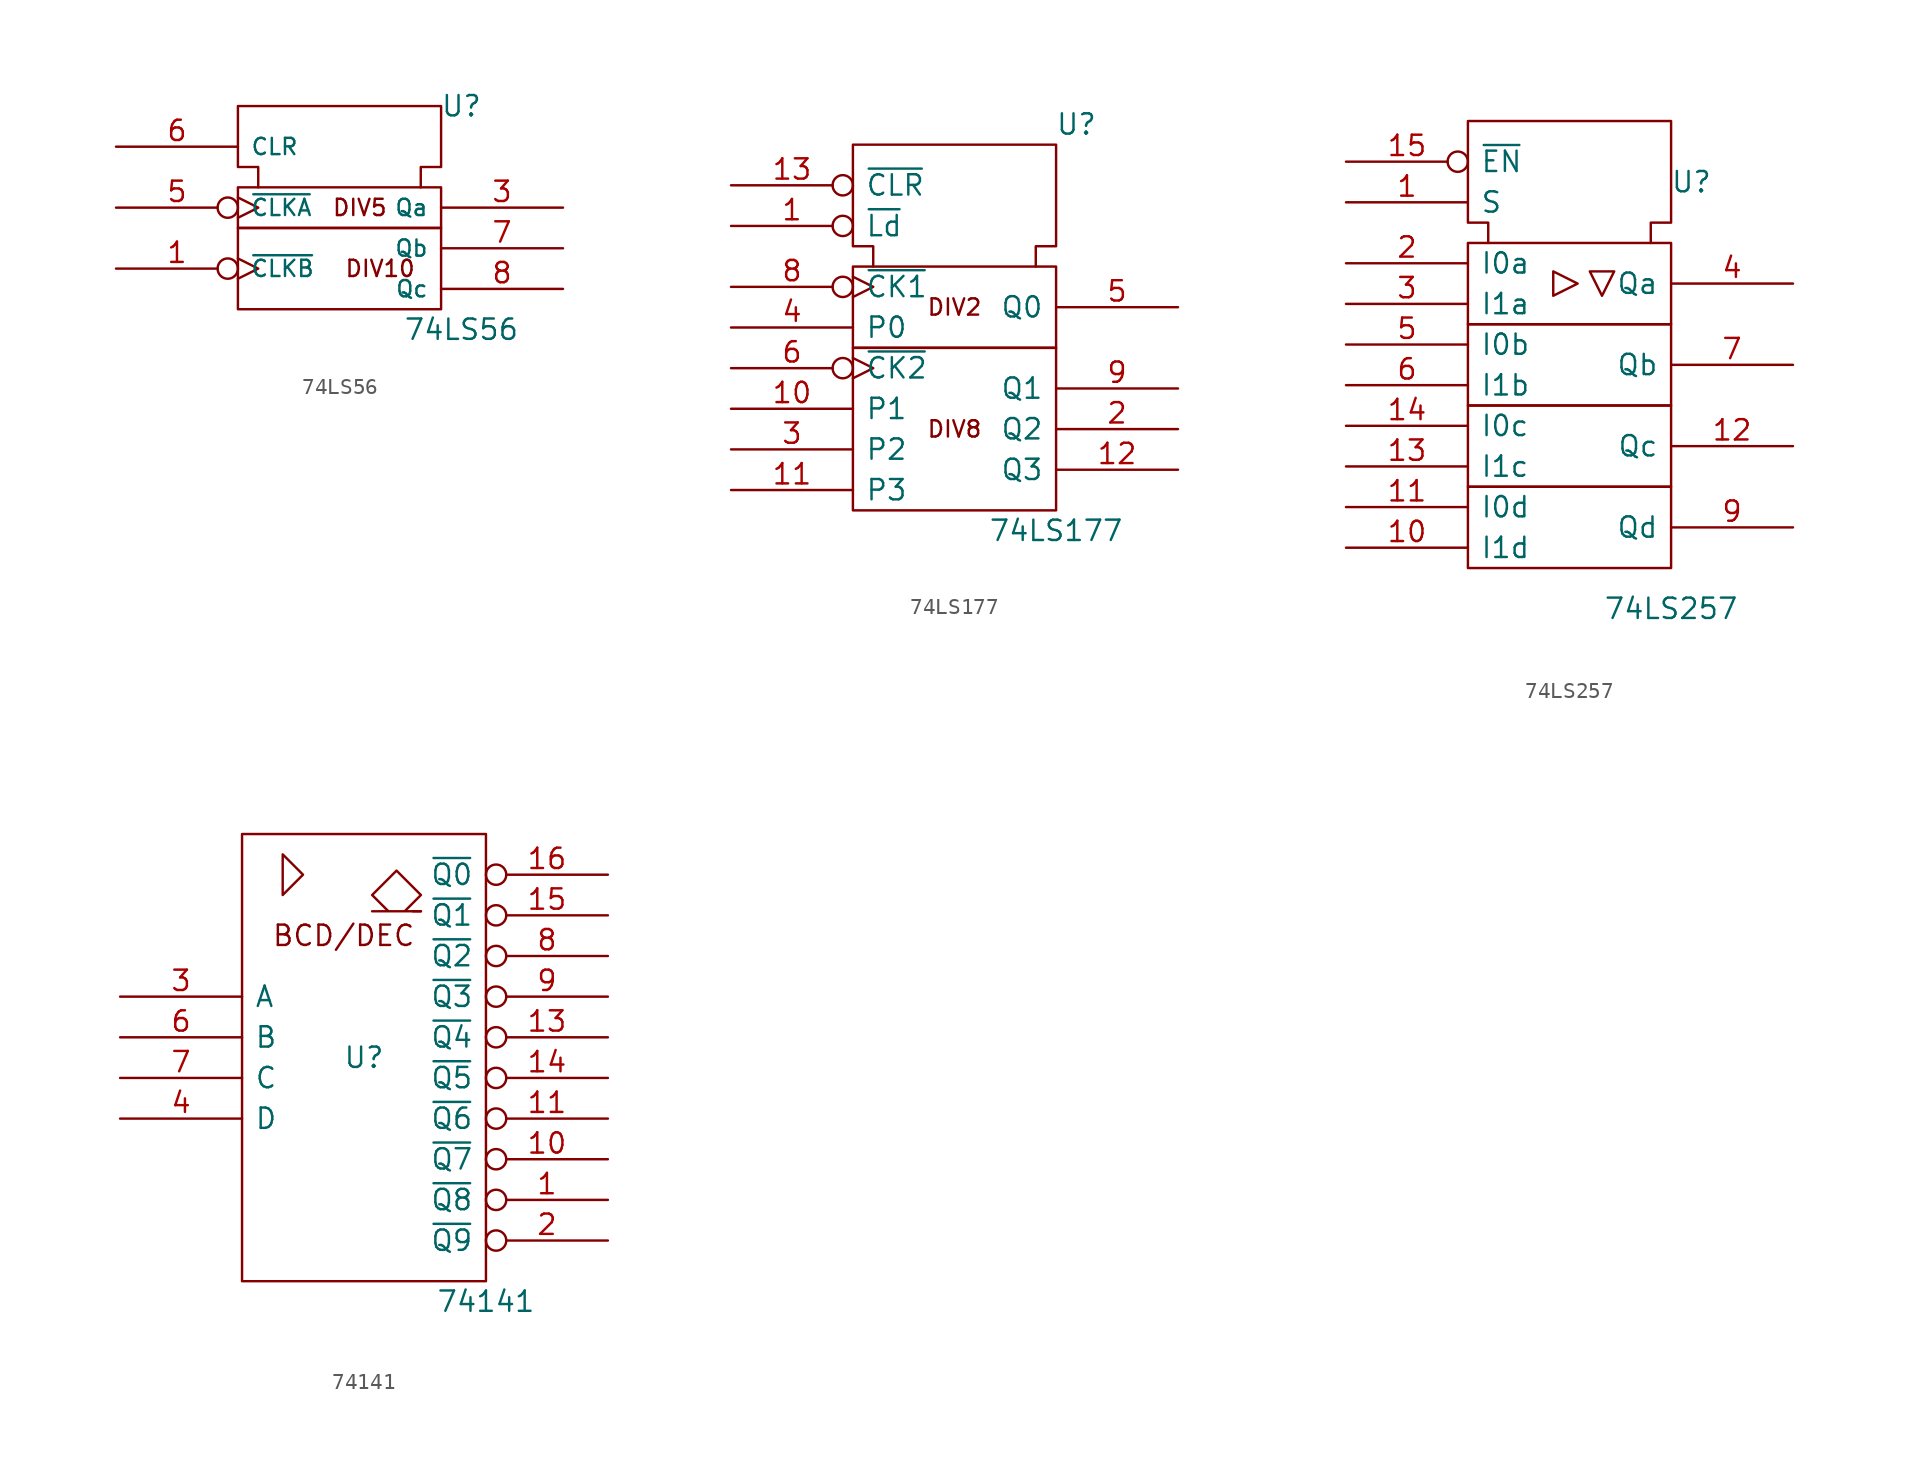
<source format=kicad_sym>
(kicad_symbol_lib
  (version 20201005)
  (generator kicad_symbol_editor)
  (symbol "74LS56"
    (pin_names
      (offset 0.762))
    (property "Reference" "U"
      (at 7.62 6.35 0)
      (effects (font (size 1.27 1.27))))
    (property "Value" "74LS56"
      (at 7.62 -7.62 0)
      (effects (font (size 1.27 1.27))))
    (symbol "74LS56_0_0"
      (text "DIV5" (at 1.27 0 0) (effects (font (size 1.016 1.016))))
      (text "DIV10" (at 2.54 -3.81 0) (effects (font (size 1.016 1.016))))
      (rectangle (start -6.35 1.27) (end 6.35 -1.27) (stroke (width 0)) (fill (type none)))
      (rectangle (start -6.35 -1.27) (end 6.35 -6.35) (stroke (width 0)) (fill (type none)))
      (polyline (pts (xy -5.08 1.27) (xy -5.08 2.54) (xy -6.35 2.54) (xy -6.35 6.35) (xy 6.35 6.35) (xy 6.35 2.54) (xy 5.08 2.54) (xy 5.08 1.27) (xy 5.08 1.27)) (stroke (width 0)) (fill (type none))))
    (symbol "74LS56_0_1"
      (pin power_in line (at 1.27 6.35 270) (length 0) hide (name "Gnd" (effects (font (size 1.016 1.016)))) (number "4" (effects (font (size 1.27 1.27)))))
      (pin power_in line (at 5.08 6.35 270) (length 0) hide (name "Vcc" (effects (font (size 1.016 1.016)))) (number "2" (effects (font (size 1.27 1.27))))))
    (symbol "74LS56_1_1"
      (pin output line (at 13.97 -5.08 180) (length 7.62) (name "Qc" (effects (font (size 1.016 1.016)))) (number "8" (effects (font (size 1.27 1.27)))))
      (pin output line (at 13.97 -2.54 180) (length 7.62) (name "Qb" (effects (font (size 1.016 1.016)))) (number "7" (effects (font (size 1.27 1.27)))))
      (pin output line (at 13.97 0 180) (length 7.62) (name "Qa" (effects (font (size 1.016 1.016)))) (number "3" (effects (font (size 1.27 1.27)))))
      (pin input inverted_clock (at -13.97 -3.81 0) (length 7.62) (name "~CLKB" (effects (font (size 1.016 1.016)))) (number "1" (effects (font (size 1.27 1.27)))))
      (pin input inverted_clock (at -13.97 0 0) (length 7.62) (name "~CLKA" (effects (font (size 1.016 1.016)))) (number "5" (effects (font (size 1.27 1.27)))))
      (pin input line (at -13.97 3.81 0) (length 7.62) (name "CLR" (effects (font (size 1.016 1.016)))) (number "6" (effects (font (size 1.27 1.27)))))))
  (symbol "74LS177"
    (pin_names
      (offset 0.762))
    (property "Reference" "U"
      (at 7.62 8.89 0)
      (effects (font (size 1.27 1.27))))
    (property "Value" "74LS177"
      (at 6.35 -16.51 0)
      (effects (font (size 1.27 1.27))))
    (symbol "74LS177_0_0"
      (text "DIV8" (at 0 -10.16 0) (effects (font (size 1.016 1.016))))
      (text "DIV2" (at 0 -2.54 0) (effects (font (size 1.016 1.016))))
      (rectangle (start -6.35 -5.08) (end 6.35 -15.24) (stroke (width 0)) (fill (type none)))
      (rectangle (start -6.35 0) (end 6.35 -5.08) (stroke (width 0)) (fill (type none)))
      (polyline (pts (xy -5.08 0) (xy -5.08 1.27) (xy -6.35 1.27) (xy -6.35 7.62) (xy 6.35 7.62) (xy 6.35 1.27) (xy 5.08 1.27) (xy 5.08 0) (xy 5.08 0)) (stroke (width 0)) (fill (type none)))
      (pin power_in line (at 1.27 7.62 270) (length 0) hide (name "GND" (effects (font (size 1.27 1.27)))) (number "7" (effects (font (size 1.27 1.27)))))
      (pin power_in line (at 5.08 7.62 270) (length 0) hide (name "VCC" (effects (font (size 1.27 1.27)))) (number "14" (effects (font (size 1.27 1.27))))))
    (symbol "74LS177_1_1"
      (pin output line (at 13.97 -12.7 180) (length 7.62) (name "Q3" (effects (font (size 1.27 1.27)))) (number "12" (effects (font (size 1.27 1.27)))))
      (pin output line (at 13.97 -10.16 180) (length 7.62) (name "Q2" (effects (font (size 1.27 1.27)))) (number "2" (effects (font (size 1.27 1.27)))))
      (pin output line (at 13.97 -7.62 180) (length 7.62) (name "Q1" (effects (font (size 1.27 1.27)))) (number "9" (effects (font (size 1.27 1.27)))))
      (pin output line (at 13.97 -2.54 180) (length 7.62) (name "Q0" (effects (font (size 1.27 1.27)))) (number "5" (effects (font (size 1.27 1.27)))))
      (pin input line (at -13.97 -13.97 0) (length 7.62) (name "P3" (effects (font (size 1.27 1.27)))) (number "11" (effects (font (size 1.27 1.27)))))
      (pin input line (at -13.97 -11.43 0) (length 7.62) (name "P2" (effects (font (size 1.27 1.27)))) (number "3" (effects (font (size 1.27 1.27)))))
      (pin input line (at -13.97 -8.89 0) (length 7.62) (name "P1" (effects (font (size 1.27 1.27)))) (number "10" (effects (font (size 1.27 1.27)))))
      (pin input inverted_clock (at -13.97 -6.35 0) (length 7.62) (name "~CK2" (effects (font (size 1.27 1.27)))) (number "6" (effects (font (size 1.27 1.27)))))
      (pin input line (at -13.97 -3.81 0) (length 7.62) (name "P0" (effects (font (size 1.27 1.27)))) (number "4" (effects (font (size 1.27 1.27)))))
      (pin input inverted_clock (at -13.97 -1.27 0) (length 7.62) (name "~CK1" (effects (font (size 1.27 1.27)))) (number "8" (effects (font (size 1.27 1.27)))))
      (pin input inverted (at -13.97 2.54 0) (length 7.62) (name "~Ld" (effects (font (size 1.27 1.27)))) (number "1" (effects (font (size 1.27 1.27)))))
      (pin input inverted (at -13.97 5.08 0) (length 7.62) (name "~CLR" (effects (font (size 1.27 1.27)))) (number "13" (effects (font (size 1.27 1.27)))))))
  (symbol "74LS257"
    (pin_names
      (offset 0.762))
    (property "Reference" "U"
      (at 7.62 10.16 0)
      (effects (font (size 1.27 1.27))))
    (property "Value" "74LS257"
      (at 6.35 -16.51 0)
      (effects (font (size 1.27 1.27))))
    (symbol "74LS257_0_0"
      (rectangle (start -6.35 6.35) (end 6.35 1.27) (stroke (width 0)) (fill (type none)))
      (rectangle (start -6.35 -8.89) (end 6.35 -13.97) (stroke (width 0)) (fill (type none)))
      (rectangle (start -6.35 1.27) (end 6.35 -3.81) (stroke (width 0)) (fill (type none)))
      (rectangle (start -6.35 -3.81) (end 6.35 -8.89) (stroke (width 0)) (fill (type none)))
      (polyline (pts (xy -1.016 4.572) (xy -1.016 3.048) (xy 0.508 3.81) (xy -1.016 4.572) (xy -1.016 4.572)) (stroke (width 0)) (fill (type none)))
      (polyline (pts (xy 2.794 4.572) (xy 1.27 4.572) (xy 2.032 3.048) (xy 2.794 4.572) (xy 2.794 4.572)) (stroke (width 0)) (fill (type none)))
      (polyline (pts (xy -5.08 6.35) (xy -5.08 7.62) (xy -6.35 7.62) (xy -6.35 13.97) (xy 6.35 13.97) (xy 6.35 7.62) (xy 5.08 7.62) (xy 5.08 6.35) (xy 5.08 6.35)) (stroke (width 0)) (fill (type none)))
      (pin power_in line (at 0 13.97 270) (length 0) hide (name "GND" (effects (font (size 1.27 1.27)))) (number "8" (effects (font (size 1.27 1.27)))))
      (pin power_in line (at 3.81 13.97 270) (length 0) hide (name "VCC" (effects (font (size 1.27 1.27)))) (number "16" (effects (font (size 1.27 1.27))))))
    (symbol "74LS257_1_1"
      (pin tri_state line (at 13.97 -11.43 180) (length 7.62) (name "Qd" (effects (font (size 1.27 1.27)))) (number "9" (effects (font (size 1.27 1.27)))))
      (pin tri_state line (at 13.97 -6.35 180) (length 7.62) (name "Qc" (effects (font (size 1.27 1.27)))) (number "12" (effects (font (size 1.27 1.27)))))
      (pin tri_state line (at 13.97 -1.27 180) (length 7.62) (name "Qb" (effects (font (size 1.27 1.27)))) (number "7" (effects (font (size 1.27 1.27)))))
      (pin tri_state line (at 13.97 3.81 180) (length 7.62) (name "Qa" (effects (font (size 1.27 1.27)))) (number "4" (effects (font (size 1.27 1.27)))))
      (pin input line (at -13.97 -12.7 0) (length 7.62) (name "I1d" (effects (font (size 1.27 1.27)))) (number "10" (effects (font (size 1.27 1.27)))))
      (pin input line (at -13.97 -10.16 0) (length 7.62) (name "I0d" (effects (font (size 1.27 1.27)))) (number "11" (effects (font (size 1.27 1.27)))))
      (pin input line (at -13.97 -7.62 0) (length 7.62) (name "I1c" (effects (font (size 1.27 1.27)))) (number "13" (effects (font (size 1.27 1.27)))))
      (pin input line (at -13.97 -5.08 0) (length 7.62) (name "I0c" (effects (font (size 1.27 1.27)))) (number "14" (effects (font (size 1.27 1.27)))))
      (pin input line (at -13.97 -2.54 0) (length 7.62) (name "I1b" (effects (font (size 1.27 1.27)))) (number "6" (effects (font (size 1.27 1.27)))))
      (pin input line (at -13.97 0 0) (length 7.62) (name "I0b" (effects (font (size 1.27 1.27)))) (number "5" (effects (font (size 1.27 1.27)))))
      (pin input line (at -13.97 2.54 0) (length 7.62) (name "I1a" (effects (font (size 1.27 1.27)))) (number "3" (effects (font (size 1.27 1.27)))))
      (pin input line (at -13.97 5.08 0) (length 7.62) (name "I0a" (effects (font (size 1.27 1.27)))) (number "2" (effects (font (size 1.27 1.27)))))
      (pin input line (at -13.97 8.89 0) (length 7.62) (name "S" (effects (font (size 1.27 1.27)))) (number "1" (effects (font (size 1.27 1.27)))))
      (pin input inverted (at -13.97 11.43 0) (length 7.62) (name "~EN" (effects (font (size 1.27 1.27)))) (number "15" (effects (font (size 1.27 1.27)))))))
  (symbol "74141"
    (pin_names
      (offset 0.762))
    (property "Reference" "U"
      (at 0 0 0)
      (effects (font (size 1.27 1.27))))
    (property "Value" "74141"
      (at 7.62 -15.24 0)
      (effects (font (size 1.27 1.27))))
    (symbol "74141_0_0"
      (text "BCD/DEC" (at -1.27 7.62 0) (effects (font (size 1.27 1.27))))
      (polyline (pts (xy -5.08 12.7) (xy -5.08 10.16) (xy -3.81 11.43) (xy -5.08 12.7) (xy -5.08 12.7)) (stroke (width 0)) (fill (type none)))
      (polyline (pts (xy 3.556 9.144) (xy 3.048 9.144) (xy 3.048 9.144)) (stroke (width 0)) (fill (type none)))
      (polyline (pts (xy 2.54 9.144) (xy 3.556 10.16) (xy 2.032 11.684) (xy 0.508 10.16) (xy 1.524 9.144) (xy 0.508 9.144) (xy 3.556 9.144)) (stroke (width 0)) (fill (type none)))
      (pin power_in line (at 0 13.97 270) (length 0) hide (name "VCC" (effects (font (size 1.27 1.27)))) (number "5" (effects (font (size 1.27 1.27)))))
      (pin power_in line (at 0 -13.97 90) (length 0) hide (name "GND" (effects (font (size 1.27 1.27)))) (number "12" (effects (font (size 1.27 1.27))))))
    (symbol "74141_0_1"
      (rectangle (start -7.62 13.97) (end 7.62 -13.97) (stroke (width 0)) (fill (type none))))
    (symbol "74141_1_1"
      (pin open_collector inverted (at 15.24 -11.43 180) (length 7.62) (name "~Q9" (effects (font (size 1.27 1.27)))) (number "2" (effects (font (size 1.27 1.27)))))
      (pin open_collector inverted (at 15.24 -8.89 180) (length 7.62) (name "~Q8" (effects (font (size 1.27 1.27)))) (number "1" (effects (font (size 1.27 1.27)))))
      (pin open_collector inverted (at 15.24 -6.35 180) (length 7.62) (name "~Q7" (effects (font (size 1.27 1.27)))) (number "10" (effects (font (size 1.27 1.27)))))
      (pin open_collector inverted (at 15.24 -3.81 180) (length 7.62) (name "~Q6" (effects (font (size 1.27 1.27)))) (number "11" (effects (font (size 1.27 1.27)))))
      (pin open_collector inverted (at 15.24 -1.27 180) (length 7.62) (name "~Q5" (effects (font (size 1.27 1.27)))) (number "14" (effects (font (size 1.27 1.27)))))
      (pin open_collector inverted (at 15.24 1.27 180) (length 7.62) (name "~Q4" (effects (font (size 1.27 1.27)))) (number "13" (effects (font (size 1.27 1.27)))))
      (pin open_collector inverted (at 15.24 3.81 180) (length 7.62) (name "~Q3" (effects (font (size 1.27 1.27)))) (number "9" (effects (font (size 1.27 1.27)))))
      (pin open_collector inverted (at 15.24 6.35 180) (length 7.62) (name "~Q2" (effects (font (size 1.27 1.27)))) (number "8" (effects (font (size 1.27 1.27)))))
      (pin open_collector inverted (at 15.24 8.89 180) (length 7.62) (name "~Q1" (effects (font (size 1.27 1.27)))) (number "15" (effects (font (size 1.27 1.27)))))
      (pin open_collector inverted (at 15.24 11.43 180) (length 7.62) (name "~Q0" (effects (font (size 1.27 1.27)))) (number "16" (effects (font (size 1.27 1.27)))))
      (pin input line (at -15.24 -3.81 0) (length 7.62) (name "D" (effects (font (size 1.27 1.27)))) (number "4" (effects (font (size 1.27 1.27)))))
      (pin input line (at -15.24 -1.27 0) (length 7.62) (name "C" (effects (font (size 1.27 1.27)))) (number "7" (effects (font (size 1.27 1.27)))))
      (pin input line (at -15.24 1.27 0) (length 7.62) (name "B" (effects (font (size 1.27 1.27)))) (number "6" (effects (font (size 1.27 1.27)))))
      (pin input line (at -15.24 3.81 0) (length 7.62) (name "A" (effects (font (size 1.27 1.27)))) (number "3" (effects (font (size 1.27 1.27))))))))
</source>
